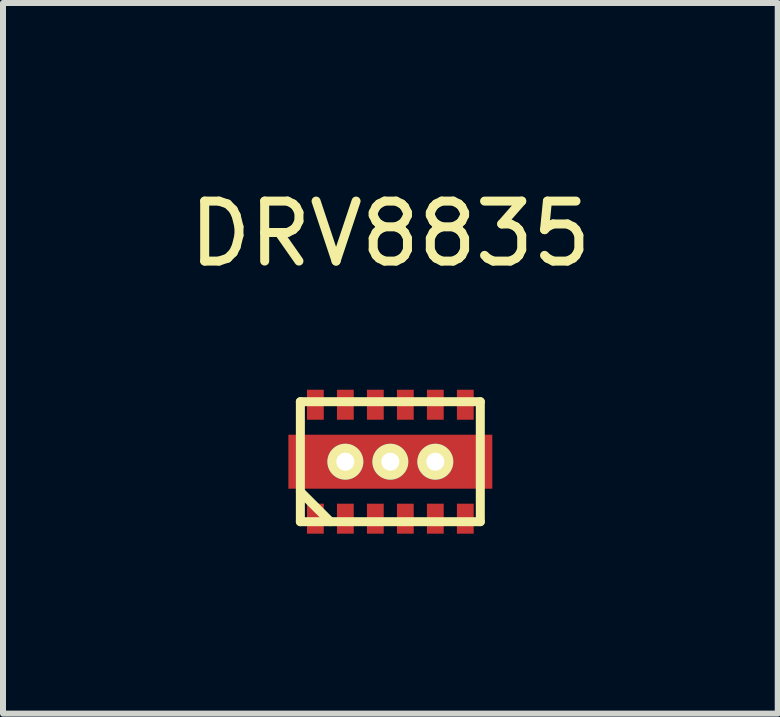
<source format=kicad_pcb>
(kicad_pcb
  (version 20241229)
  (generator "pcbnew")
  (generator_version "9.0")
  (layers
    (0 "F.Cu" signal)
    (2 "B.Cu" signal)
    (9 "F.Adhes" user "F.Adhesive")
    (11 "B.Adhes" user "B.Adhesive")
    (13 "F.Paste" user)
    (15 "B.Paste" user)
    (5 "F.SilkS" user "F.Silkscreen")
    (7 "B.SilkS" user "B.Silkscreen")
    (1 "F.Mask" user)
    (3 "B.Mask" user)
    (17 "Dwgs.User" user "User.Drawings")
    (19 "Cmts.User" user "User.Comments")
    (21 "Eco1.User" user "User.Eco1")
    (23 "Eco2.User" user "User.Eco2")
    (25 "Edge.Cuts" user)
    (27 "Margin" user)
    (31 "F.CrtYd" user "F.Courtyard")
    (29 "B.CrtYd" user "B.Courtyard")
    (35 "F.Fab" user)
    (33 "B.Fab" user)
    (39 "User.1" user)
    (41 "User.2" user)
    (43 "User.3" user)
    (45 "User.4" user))
  (footprint "DRV8835"
    (layer "F.Cu")
    (at 3.458 4.648)
    (property "Reference" "DRV8835" (at 0 -3.8 0) (layer "F.SilkS") (effects (font (size 1 1) (thickness 0.15))))
    (attr through_hole)
    (fp_line (start -1.5 -1) (end -1.5 1) (stroke (width 0.15) (type solid)) (layer "F.SilkS"))
    (fp_line (start -1.5 0.5) (end -1 1) (stroke (width 0.15) (type solid)) (layer "F.SilkS"))
    (fp_line (start -1.5 1) (end 1.5 1) (stroke (width 0.15) (type solid)) (layer "F.SilkS"))
    (fp_line (start 1.5 -1) (end -1.5 -1) (stroke (width 0.15) (type solid)) (layer "F.SilkS"))
    (fp_line (start 1.5 1) (end 1.5 -1) (stroke (width 0.15) (type solid)) (layer "F.SilkS"))
    (pad "1" smd rect (at -1.25 0.95) (size 0.28 0.5) (layers "F.Cu" "F.Mask" "F.Paste"))
    (pad "2" smd rect (at -0.75 0.95) (size 0.28 0.5) (layers "F.Cu" "F.Mask" "F.Paste"))
    (pad "3" smd rect (at -0.25 0.95) (size 0.28 0.5) (layers "F.Cu" "F.Mask" "F.Paste"))
    (pad "4" smd rect (at 0.25 0.95) (size 0.28 0.5) (layers "F.Cu" "F.Mask" "F.Paste"))
    (pad "5" smd rect (at 0.75 0.95) (size 0.28 0.5) (layers "F.Cu" "F.Mask" "F.Paste"))
    (pad "6" smd rect (at 1.25 0.95) (size 0.28 0.5) (layers "F.Cu" "F.Mask" "F.Paste"))
    (pad "7" smd rect (at 1.25 -0.95) (size 0.28 0.5) (layers "F.Cu" "F.Mask" "F.Paste"))
    (pad "8" smd rect (at 0.75 -0.95) (size 0.28 0.5) (layers "F.Cu" "F.Mask" "F.Paste"))
    (pad "9" smd rect (at 0.25 -0.95) (size 0.28 0.5) (layers "F.Cu" "F.Mask" "F.Paste"))
    (pad "10" smd rect (at -0.25 -0.95) (size 0.28 0.5) (layers "F.Cu" "F.Mask" "F.Paste"))
    (pad "11" smd rect (at -0.75 -0.95) (size 0.28 0.5) (layers "F.Cu" "F.Mask" "F.Paste"))
    (pad "12" smd rect (at -1.25 -0.95) (size 0.28 0.5) (layers "F.Cu" "F.Mask" "F.Paste"))
    (pad "13" thru_hole circle (at -0.75 0) (size 0.6 0.6) (drill 0.3) (layers "*.Cu" "*.Mask" "F.SilkS"))
    (pad "13" thru_hole circle (at 0 0) (size 0.6 0.6) (drill 0.3) (layers "*.Cu" "*.Mask" "F.SilkS"))
    (pad "13" smd rect (at 0 0) (size 3.4 0.9) (layers "F.Cu" "F.Mask" "F.Paste"))
    (pad "13" thru_hole circle (at 0.75 0) (size 0.6 0.6) (drill 0.3) (layers "*.Cu" "*.Mask" "F.SilkS")))
  (gr_rect
    (start -3 -3)
    (end 9.917 8.848)
    (stroke (width 0.1) (type default))
    (fill no)
    (layer "Edge.Cuts")))
</source>
